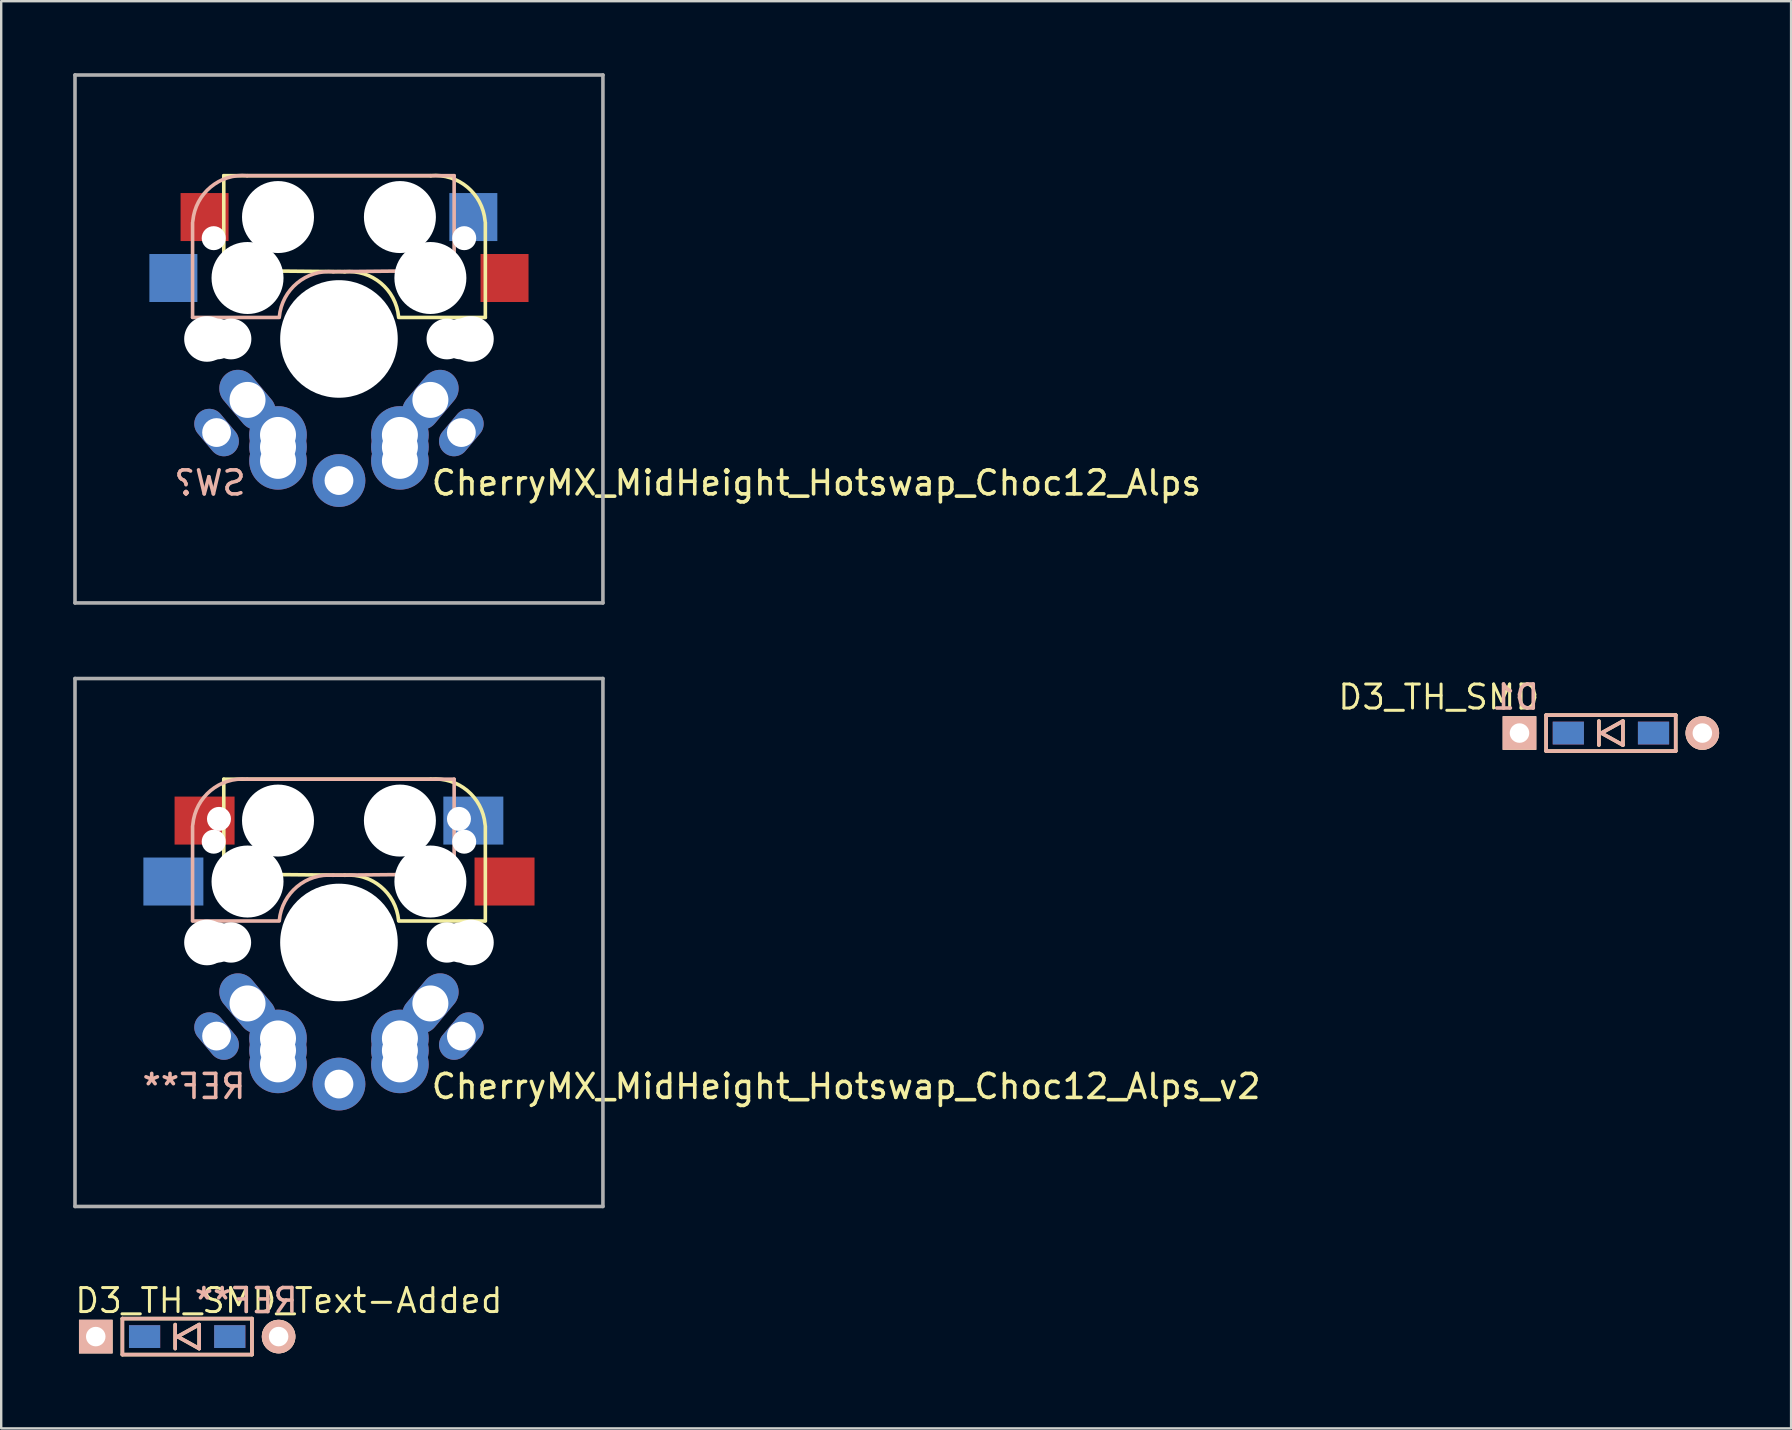
<source format=kicad_pcb>
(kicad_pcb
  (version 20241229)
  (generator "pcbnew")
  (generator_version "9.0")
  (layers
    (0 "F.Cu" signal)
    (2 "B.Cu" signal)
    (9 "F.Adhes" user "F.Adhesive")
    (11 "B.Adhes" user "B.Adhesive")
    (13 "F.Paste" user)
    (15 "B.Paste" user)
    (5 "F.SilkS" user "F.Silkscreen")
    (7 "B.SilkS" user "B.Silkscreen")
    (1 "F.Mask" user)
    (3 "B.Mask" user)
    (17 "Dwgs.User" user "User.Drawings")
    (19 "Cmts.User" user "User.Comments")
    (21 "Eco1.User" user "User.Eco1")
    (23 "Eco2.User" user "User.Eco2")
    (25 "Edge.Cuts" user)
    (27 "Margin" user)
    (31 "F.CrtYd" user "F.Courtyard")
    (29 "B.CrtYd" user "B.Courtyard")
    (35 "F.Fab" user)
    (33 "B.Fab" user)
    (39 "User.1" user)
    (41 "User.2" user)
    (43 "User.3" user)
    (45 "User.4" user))
  (footprint "D3_TH_SMD_Text-Added"
    (layer "F.Cu")
    (at 4.75 52.648)
    (property "Reference" "D3_TH_SMD_Text-Added" (at -4.75 -1.5 0) (layer "F.SilkS") (effects (font (size 1 1) (thickness 0.125)) (justify left)))
    (attr through_hole)
    (fp_line (start -2.7 -0.75) (end -2.7 0.75) (stroke (width 0.15) (type solid)) (layer "F.SilkS"))
    (fp_line (start -2.7 0.75) (end 2.7 0.75) (stroke (width 0.15) (type solid)) (layer "F.SilkS"))
    (fp_line (start -0.5 -0.5) (end -0.5 0.5) (stroke (width 0.15) (type solid)) (layer "F.SilkS"))
    (fp_line (start -0.4 0) (end 0.5 -0.5) (stroke (width 0.15) (type solid)) (layer "F.SilkS"))
    (fp_line (start 0.5 -0.5) (end 0.5 0.5) (stroke (width 0.15) (type solid)) (layer "F.SilkS"))
    (fp_line (start 0.5 0.5) (end -0.4 0) (stroke (width 0.15) (type solid)) (layer "F.SilkS"))
    (fp_line (start 2.7 -0.75) (end -2.7 -0.75) (stroke (width 0.15) (type solid)) (layer "F.SilkS"))
    (fp_line (start 2.7 0.75) (end 2.7 -0.75) (stroke (width 0.15) (type solid)) (layer "F.SilkS"))
    (fp_line (start -2.7 -0.75) (end -2.7 0.75) (stroke (width 0.15) (type solid)) (layer "B.SilkS"))
    (fp_line (start -2.7 0.75) (end 2.7 0.75) (stroke (width 0.15) (type solid)) (layer "B.SilkS"))
    (fp_line (start -0.5 -0.5) (end -0.5 0.5) (stroke (width 0.15) (type solid)) (layer "B.SilkS"))
    (fp_line (start -0.4 0) (end 0.5 -0.5) (stroke (width 0.15) (type solid)) (layer "B.SilkS"))
    (fp_line (start 0.5 -0.5) (end 0.5 0.5) (stroke (width 0.15) (type solid)) (layer "B.SilkS"))
    (fp_line (start 0.5 0.5) (end -0.4 0) (stroke (width 0.15) (type solid)) (layer "B.SilkS"))
    (fp_line (start 2.7 -0.75) (end -2.7 -0.75) (stroke (width 0.15) (type solid)) (layer "B.SilkS"))
    (fp_line (start 2.7 0.75) (end 2.7 -0.75) (stroke (width 0.15) (type solid)) (layer "B.SilkS"))
    (fp_text user "REF**" (at 4.7 -1.5 0) (unlocked yes) (layer "B.SilkS") (effects (font (size 1 1) (thickness 0.15)) (justify left mirror)))
    (pad "1" thru_hole rect (at -3.81 0) (size 1.397 1.397) (drill 0.813) (layers "*.Cu" "*.SilkS" "*.Mask"))
    (pad "1" smd rect (at -1.775 0) (size 1.3 0.95) (layers "F.Cu" "F.Mask" "F.Paste"))
    (pad "1" smd rect (at -1.775 0) (size 1.3 0.95) (layers "B.Cu" "B.Mask" "B.Paste"))
    (pad "2" smd rect (at 1.775 0) (size 1.3 0.95) (layers "F.Cu" "F.Mask" "F.Paste"))
    (pad "2" smd rect (at 1.775 0) (size 1.3 0.95) (layers "B.Cu" "B.Mask" "B.Paste"))
    (pad "2" thru_hole circle (at 3.81 0) (size 1.397 1.397) (drill 0.813) (layers "*.Cu" "*.SilkS" "*.Mask")))
  (footprint "CherryMX_MidHeight_Hotswap_Choc12_Alps"
    (layer "F.Cu")
    (at 11.075 11.075)
    (property "Reference" "CherryMX_MidHeight_Hotswap_Choc12_Alps" (at 3.775 6 0) (layer "F.SilkS") (effects (font (size 1 1) (thickness 0.15)) (justify left)))
    (attr through_hole)
    (fp_line (start -4.8 -6.804) (end 3.825 -6.804) (stroke (width 0.15) (type solid)) (layer "F.SilkS"))
    (fp_line (start -4.8 -2.896) (end -4.8 -6.804) (stroke (width 0.15) (type solid)) (layer "F.SilkS"))
    (fp_line (start -4.8 -2.85) (end 0.25 -2.804) (stroke (width 0.15) (type solid)) (layer "F.SilkS"))
    (fp_line (start 6.1 -4.85) (end 6.1 -0.905) (stroke (width 0.15) (type solid)) (layer "F.SilkS"))
    (fp_line (start 6.1 -0.896) (end 2.49 -0.896) (stroke (width 0.15) (type solid)) (layer "F.SilkS"))
    (fp_arc (start 0.225 -2.8) (mid 1.744361 -2.328061) (end 2.485 -0.92) (stroke (width 0.15) (type solid)) (layer "F.SilkS"))
    (fp_arc (start 3.825 -6.804) (mid 5.347189 -6.33089) (end 6.089 -4.92) (stroke (width 0.15) (type solid)) (layer "F.SilkS"))
    (fp_line (start -6.1 -4.85) (end -6.1 -0.905) (stroke (width 0.15) (type solid)) (layer "B.SilkS"))
    (fp_line (start -6.1 -0.896) (end -2.49 -0.896) (stroke (width 0.15) (type solid)) (layer "B.SilkS"))
    (fp_line (start 4.8 -6.804) (end -3.825 -6.804) (stroke (width 0.15) (type solid)) (layer "B.SilkS"))
    (fp_line (start 4.8 -2.896) (end 4.8 -6.804) (stroke (width 0.15) (type solid)) (layer "B.SilkS"))
    (fp_line (start 4.8 -2.85) (end -0.25 -2.804) (stroke (width 0.15) (type solid)) (layer "B.SilkS"))
    (fp_arc (start -6.089 -4.92) (mid -5.347189 -6.33089) (end -3.825 -6.804) (stroke (width 0.15) (type solid)) (layer "B.SilkS"))
    (fp_arc (start -2.485 -0.92) (mid -1.744361 -2.328061) (end -0.225 -2.8) (stroke (width 0.15) (type solid)) (layer "B.SilkS"))
    (fp_line (start -9 -9) (end 9 -9) (stroke (width 0.15) (type solid)) (layer "Eco2.User"))
    (fp_line (start -9 9) (end -9 -9) (stroke (width 0.15) (type solid)) (layer "Eco2.User"))
    (fp_line (start -7 -7) (end 7 -7) (stroke (width 0.15) (type solid)) (layer "Eco2.User"))
    (fp_line (start -7 7) (end -7 -7) (stroke (width 0.15) (type solid)) (layer "Eco2.User"))
    (fp_line (start 7 -7) (end 7 7) (stroke (width 0.15) (type solid)) (layer "Eco2.User"))
    (fp_line (start 7 7) (end -7 7) (stroke (width 0.15) (type solid)) (layer "Eco2.User"))
    (fp_line (start 9 -9) (end 9 9) (stroke (width 0.15) (type solid)) (layer "Eco2.User"))
    (fp_line (start 9 9) (end -9 9) (stroke (width 0.15) (type solid)) (layer "Eco2.User"))
    (fp_line (start -11 -11) (end -11 11) (stroke (width 0.15) (type solid)) (layer "F.Fab"))
    (fp_line (start -11 11) (end 11 11) (stroke (width 0.15) (type solid)) (layer "F.Fab"))
    (fp_line (start 11 -11) (end -11 -11) (stroke (width 0.15) (type solid)) (layer "F.Fab"))
    (fp_line (start 11 11) (end 11 -11) (stroke (width 0.15) (type solid)) (layer "F.Fab"))
    (fp_text user "SW?" (at -3.8 6 0) (layer "B.SilkS") (effects (font (size 1 1) (thickness 0.15)) (justify left mirror)))
    (pad "" np_thru_hole circle (at -5.5 0 90) (size 1.9 1.9) (drill 1.9) (layers "*.Cu" "*.Mask"))
    (pad "" np_thru_hole circle (at -5.22 -4.2 180) (size 1 1) (drill 1) (layers "*.Cu" "*.Mask"))
    (pad "" np_thru_hole circle (at -5.08 0) (size 1.7 1.7) (drill 1.7) (layers "*.Cu" "*.Mask"))
    (pad "" np_thru_hole circle (at -4.5 0) (size 1.7 1.7) (drill 1.7) (layers "*.Cu" "*.Mask"))
    (pad "" np_thru_hole circle (at -3.81 -2.54 180) (size 3 3) (drill 3) (layers "*.Cu" "*.Mask"))
    (pad "" np_thru_hole circle (at -2.54 -5.08 180) (size 3 3) (drill 3) (layers "*.Cu" "*.Mask"))
    (pad "" np_thru_hole circle (at 0 0 90) (size 4.9 4.9) (drill 4.9) (layers "*.Cu" "*.Mask"))
    (pad "" np_thru_hole circle (at 2.54 -5.08 180) (size 3 3) (drill 3) (layers "*.Cu" "*.Mask"))
    (pad "" np_thru_hole circle (at 3.81 -2.54 180) (size 3 3) (drill 3) (layers "*.Cu" "*.Mask"))
    (pad "" np_thru_hole circle (at 4.5 0) (size 1.7 1.7) (drill 1.7) (layers "*.Cu" "*.Mask"))
    (pad "" np_thru_hole circle (at 5.08 0) (size 1.7 1.7) (drill 1.7) (layers "*.Cu" "*.Mask"))
    (pad "" np_thru_hole circle (at 5.22 -4.2 180) (size 1 1) (drill 1) (layers "*.Cu" "*.Mask"))
    (pad "" np_thru_hole circle (at 5.5 0 90) (size 1.9 1.9) (drill 1.9) (layers "*.Cu" "*.Mask"))
    (pad "1" smd rect (at -6.9 -2.54 180) (size 2 2) (layers "B.Cu" "B.Mask" "B.Paste"))
    (pad "1" smd rect (at -5.6 -5.08 180) (size 2 2) (layers "F.Cu" "F.Mask" "F.Paste"))
    (pad "1" thru_hole oval (at -5.1 3.9 130) (size 2.2 1.25) (drill 1.2) (layers "*.Cu" "*.Mask"))
    (pad "1" thru_hole circle (at 2.54 4 180) (size 2.4 2.4) (drill 1.5) (layers "*.Cu" "*.Mask"))
    (pad "1" thru_hole circle (at 2.54 4.5 180) (size 2.4 2.4) (drill 1.5) (layers "*.Cu" "*.Mask"))
    (pad "1" thru_hole circle (at 2.54 5.08 180) (size 2.4 2.4) (drill 1.5) (layers "*.Cu" "*.Mask"))
    (pad "1" thru_hole oval (at 3.81 2.54 230) (size 2.8 1.55) (drill 1.5) (layers "*.Cu" "*.Mask"))
    (pad "1" thru_hole oval (at 5.1 3.9 230) (size 2.2 1.25) (drill 1.2) (layers "*.Cu" "*.Mask"))
    (pad "2" thru_hole oval (at -3.81 2.54 130) (size 2.8 1.55) (drill 1.5) (layers "*.Cu" "*.Mask"))
    (pad "2" thru_hole circle (at -2.54 4 180) (size 2.4 2.4) (drill 1.5) (layers "*.Cu" "*.Mask"))
    (pad "2" thru_hole circle (at -2.54 4.5 180) (size 2.4 2.4) (drill 1.5) (layers "*.Cu" "*.Mask"))
    (pad "2" thru_hole circle (at -2.54 5.08 180) (size 2.4 2.4) (drill 1.5) (layers "*.Cu" "*.Mask"))
    (pad "2" thru_hole circle (at 0 5.9 270) (size 2.2 2.2) (drill 1.2) (layers "*.Cu" "*.Mask"))
    (pad "2" smd rect (at 5.6 -5.08 180) (size 2 2) (layers "B.Cu" "B.Mask" "B.Paste"))
    (pad "2" smd rect (at 6.9 -2.54 180) (size 2 2) (layers "F.Cu" "F.Mask" "F.Paste")))
  (footprint "CherryMX_MidHeight_Hotswap_Choc12_Alps_v2"
    (layer "F.Cu")
    (at 11.075 36.225)
    (property "Reference" "CherryMX_MidHeight_Hotswap_Choc12_Alps_v2" (at 3.775 6 0) (layer "F.SilkS") (effects (font (size 1 1) (thickness 0.15)) (justify left)))
    (attr through_hole)
    (fp_line (start -4.8 -6.804) (end 3.825 -6.804) (stroke (width 0.15) (type solid)) (layer "F.SilkS"))
    (fp_line (start -4.8 -2.896) (end -4.8 -6.804) (stroke (width 0.15) (type solid)) (layer "F.SilkS"))
    (fp_line (start -4.8 -2.85) (end 0.25 -2.804) (stroke (width 0.15) (type solid)) (layer "F.SilkS"))
    (fp_line (start 6.1 -4.85) (end 6.1 -0.905) (stroke (width 0.15) (type solid)) (layer "F.SilkS"))
    (fp_line (start 6.1 -0.896) (end 2.49 -0.896) (stroke (width 0.15) (type solid)) (layer "F.SilkS"))
    (fp_arc (start 0.225 -2.8) (mid 1.744361 -2.328061) (end 2.485 -0.92) (stroke (width 0.15) (type solid)) (layer "F.SilkS"))
    (fp_arc (start 3.825 -6.804) (mid 5.347189 -6.33089) (end 6.089 -4.92) (stroke (width 0.15) (type solid)) (layer "F.SilkS"))
    (fp_line (start -6.1 -4.85) (end -6.1 -0.905) (stroke (width 0.15) (type solid)) (layer "B.SilkS"))
    (fp_line (start -6.1 -0.896) (end -2.49 -0.896) (stroke (width 0.15) (type solid)) (layer "B.SilkS"))
    (fp_line (start 4.8 -6.804) (end -3.825 -6.804) (stroke (width 0.15) (type solid)) (layer "B.SilkS"))
    (fp_line (start 4.8 -2.896) (end 4.8 -6.804) (stroke (width 0.15) (type solid)) (layer "B.SilkS"))
    (fp_line (start 4.8 -2.85) (end -0.25 -2.804) (stroke (width 0.15) (type solid)) (layer "B.SilkS"))
    (fp_arc (start -6.089 -4.92) (mid -5.347189 -6.33089) (end -3.825 -6.804) (stroke (width 0.15) (type solid)) (layer "B.SilkS"))
    (fp_arc (start -2.485 -0.92) (mid -1.744361 -2.328061) (end -0.225 -2.8) (stroke (width 0.15) (type solid)) (layer "B.SilkS"))
    (fp_line (start -9 -9) (end 9 -9) (stroke (width 0.15) (type solid)) (layer "Eco2.User"))
    (fp_line (start -9 9) (end -9 -9) (stroke (width 0.15) (type solid)) (layer "Eco2.User"))
    (fp_line (start -7 -7) (end 7 -7) (stroke (width 0.15) (type solid)) (layer "Eco2.User"))
    (fp_line (start -7 7) (end -7 -7) (stroke (width 0.15) (type solid)) (layer "Eco2.User"))
    (fp_line (start 7 -7) (end 7 7) (stroke (width 0.15) (type solid)) (layer "Eco2.User"))
    (fp_line (start 7 7) (end -7 7) (stroke (width 0.15) (type solid)) (layer "Eco2.User"))
    (fp_line (start 9 -9) (end 9 9) (stroke (width 0.15) (type solid)) (layer "Eco2.User"))
    (fp_line (start 9 9) (end -9 9) (stroke (width 0.15) (type solid)) (layer "Eco2.User"))
    (fp_line (start -11 -11) (end -11 11) (stroke (width 0.15) (type solid)) (layer "F.Fab"))
    (fp_line (start -11 11) (end 11 11) (stroke (width 0.15) (type solid)) (layer "F.Fab"))
    (fp_line (start 11 -11) (end -11 -11) (stroke (width 0.15) (type solid)) (layer "F.Fab"))
    (fp_line (start 11 11) (end 11 -11) (stroke (width 0.15) (type solid)) (layer "F.Fab"))
    (fp_text user "REF**" (at -3.8 6 0) (layer "B.SilkS") (effects (font (size 1 1) (thickness 0.15)) (justify left mirror)))
    (pad "" np_thru_hole circle (at -5.5 0 90) (size 1.9 1.9) (drill 1.9) (layers "*.Cu" "*.Mask"))
    (pad "" np_thru_hole circle (at -5.22 -4.2 180) (size 1 1) (drill 1) (layers "*.Cu" "*.Mask"))
    (pad "" np_thru_hole circle (at -5.08 0) (size 1.68 1.68) (drill 1.68) (layers "*.Cu" "*.Mask"))
    (pad "" np_thru_hole circle (at -5 -5.15 180) (size 1 1) (drill 1) (layers "*.Cu" "*.Mask"))
    (pad "" np_thru_hole circle (at -4.5 0) (size 1.68 1.68) (drill 1.68) (layers "*.Cu" "*.Mask"))
    (pad "" np_thru_hole circle (at -3.81 -2.54 180) (size 3 3) (drill 3) (layers "*.Cu" "*.Mask"))
    (pad "" np_thru_hole circle (at -2.54 -5.08 180) (size 3 3) (drill 3) (layers "*.Cu" "*.Mask"))
    (pad "" np_thru_hole circle (at 0 0 90) (size 4.9 4.9) (drill 4.9) (layers "*.Cu" "*.Mask"))
    (pad "" np_thru_hole circle (at 2.54 -5.08 180) (size 3 3) (drill 3) (layers "*.Cu" "*.Mask"))
    (pad "" np_thru_hole circle (at 3.81 -2.54 180) (size 3 3) (drill 3) (layers "*.Cu" "*.Mask"))
    (pad "" np_thru_hole circle (at 4.5 0) (size 1.68 1.68) (drill 1.68) (layers "*.Cu" "*.Mask"))
    (pad "" np_thru_hole circle (at 5 -5.15 180) (size 1 1) (drill 1) (layers "*.Cu" "*.Mask"))
    (pad "" np_thru_hole circle (at 5.08 0) (size 1.68 1.68) (drill 1.68) (layers "*.Cu" "*.Mask"))
    (pad "" np_thru_hole circle (at 5.22 -4.2 180) (size 1 1) (drill 1) (layers "*.Cu" "*.Mask"))
    (pad "" np_thru_hole circle (at 5.5 0 90) (size 1.9 1.9) (drill 1.9) (layers "*.Cu" "*.Mask"))
    (pad "1" smd rect (at -6.9 -2.54 180) (size 2.5 2) (layers "B.Cu" "B.Mask" "B.Paste"))
    (pad "1" smd rect (at -5.6 -5.08 180) (size 2.5 2) (layers "F.Cu" "F.Mask" "F.Paste"))
    (pad "1" thru_hole oval (at -5.1 3.9 130) (size 2.2 1.25) (drill 1.2) (layers "*.Cu" "*.Mask"))
    (pad "1" thru_hole circle (at 2.54 4 180) (size 2.4 2.4) (drill 1.5) (layers "*.Cu" "*.Mask"))
    (pad "1" thru_hole circle (at 2.54 4.5 180) (size 2.4 2.4) (drill 1.5) (layers "*.Cu" "*.Mask"))
    (pad "1" thru_hole circle (at 2.54 5.08 180) (size 2.4 2.4) (drill 1.5) (layers "*.Cu" "*.Mask"))
    (pad "1" thru_hole oval (at 3.81 2.54 230) (size 2.8 1.55) (drill 1.5) (layers "*.Cu" "*.Mask"))
    (pad "1" thru_hole oval (at 5.1 3.9 230) (size 2.2 1.25) (drill 1.2) (layers "*.Cu" "*.Mask"))
    (pad "2" thru_hole oval (at -3.81 2.54 130) (size 2.8 1.55) (drill 1.5) (layers "*.Cu" "*.Mask"))
    (pad "2" thru_hole circle (at -2.54 4 180) (size 2.4 2.4) (drill 1.5) (layers "*.Cu" "*.Mask"))
    (pad "2" thru_hole circle (at -2.54 4.5 180) (size 2.4 2.4) (drill 1.5) (layers "*.Cu" "*.Mask"))
    (pad "2" thru_hole circle (at -2.54 5.08 180) (size 2.4 2.4) (drill 1.5) (layers "*.Cu" "*.Mask"))
    (pad "2" thru_hole circle (at 0 5.9 270) (size 2.2 2.2) (drill 1.2) (layers "*.Cu" "*.Mask"))
    (pad "2" smd rect (at 5.6 -5.08 180) (size 2.5 2) (layers "B.Cu" "B.Mask" "B.Paste"))
    (pad "2" smd rect (at 6.9 -2.54 180) (size 2.5 2) (layers "F.Cu" "F.Mask" "F.Paste")))
  (footprint "D3_TH_SMD"
    (layer "F.Cu")
    (at 64.08 27.498)
    (property "Reference" "D3_TH_SMD" (at -2.9 -1.5 0) (layer "F.SilkS") (effects (font (size 1 1) (thickness 0.125)) (justify right)))
    (attr through_hole)
    (fp_line (start -2.7 -0.75) (end -2.7 0.75) (stroke (width 0.15) (type solid)) (layer "F.SilkS"))
    (fp_line (start -2.7 0.75) (end 2.7 0.75) (stroke (width 0.15) (type solid)) (layer "F.SilkS"))
    (fp_line (start -0.5 -0.5) (end -0.5 0.5) (stroke (width 0.15) (type solid)) (layer "F.SilkS"))
    (fp_line (start -0.4 0) (end 0.5 -0.5) (stroke (width 0.15) (type solid)) (layer "F.SilkS"))
    (fp_line (start 0.5 -0.5) (end 0.5 0.5) (stroke (width 0.15) (type solid)) (layer "F.SilkS"))
    (fp_line (start 0.5 0.5) (end -0.4 0) (stroke (width 0.15) (type solid)) (layer "F.SilkS"))
    (fp_line (start 2.7 -0.75) (end -2.7 -0.75) (stroke (width 0.15) (type solid)) (layer "F.SilkS"))
    (fp_line (start 2.7 0.75) (end 2.7 -0.75) (stroke (width 0.15) (type solid)) (layer "F.SilkS"))
    (fp_line (start -2.7 -0.75) (end -2.7 0.75) (stroke (width 0.15) (type solid)) (layer "B.SilkS"))
    (fp_line (start -2.7 0.75) (end 2.7 0.75) (stroke (width 0.15) (type solid)) (layer "B.SilkS"))
    (fp_line (start -0.5 -0.5) (end -0.5 0.5) (stroke (width 0.15) (type solid)) (layer "B.SilkS"))
    (fp_line (start -0.4 0) (end 0.5 -0.5) (stroke (width 0.15) (type solid)) (layer "B.SilkS"))
    (fp_line (start 0.5 -0.5) (end 0.5 0.5) (stroke (width 0.15) (type solid)) (layer "B.SilkS"))
    (fp_line (start 0.5 0.5) (end -0.4 0) (stroke (width 0.15) (type solid)) (layer "B.SilkS"))
    (fp_line (start 2.7 -0.75) (end -2.7 -0.75) (stroke (width 0.15) (type solid)) (layer "B.SilkS"))
    (fp_line (start 2.7 0.75) (end 2.7 -0.75) (stroke (width 0.15) (type solid)) (layer "B.SilkS"))
    (fp_text user "D1" (at -2.9 -1.5 0) (unlocked yes) (layer "B.SilkS") (effects (font (size 1 1) (thickness 0.15)) (justify left mirror)))
    (pad "1" thru_hole rect (at -3.81 0) (size 1.397 1.397) (drill 0.813) (layers "*.Cu" "*.SilkS" "*.Mask"))
    (pad "1" smd rect (at -1.775 0) (size 1.3 0.95) (layers "F.Cu" "F.Mask" "F.Paste"))
    (pad "1" smd rect (at -1.775 0) (size 1.3 0.95) (layers "B.Cu" "B.Mask" "B.Paste"))
    (pad "2" smd rect (at 1.775 0) (size 1.3 0.95) (layers "F.Cu" "F.Mask" "F.Paste"))
    (pad "2" smd rect (at 1.775 0) (size 1.3 0.95) (layers "B.Cu" "B.Mask" "B.Paste"))
    (pad "2" thru_hole circle (at 3.81 0) (size 1.397 1.397) (drill 0.813) (layers "*.Cu" "*.SilkS" "*.Mask")))
  (gr_rect
    (start -3 -3)
    (end 71.588 56.473)
    (stroke (width 0.1) (type default))
    (fill no)
    (layer "Edge.Cuts")))
</source>
